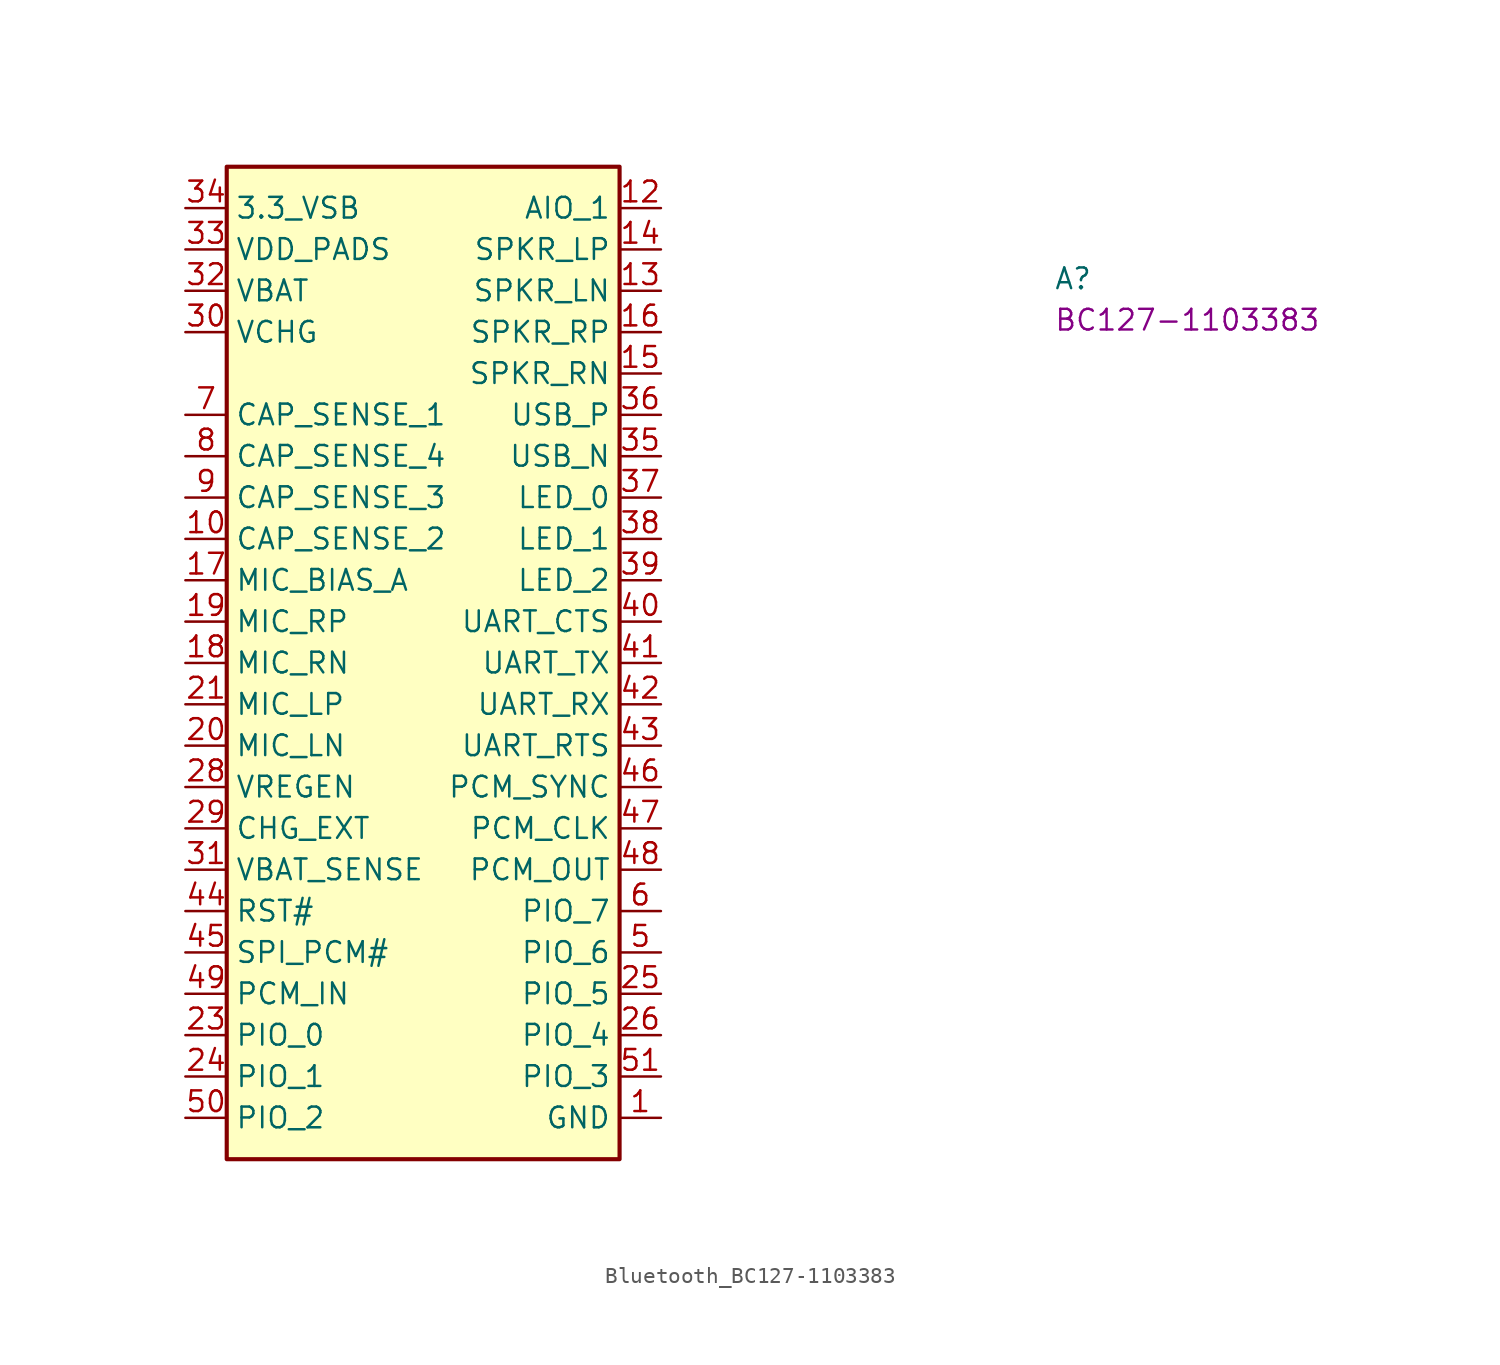
<source format=kicad_sym>
(kicad_symbol_lib
  (version 20220914)
  (generator kicad_symbol_editor)
  (symbol "Bluetooth_BC127-1103383"
    (property "Reference" "A"
      (at 53.34 -5.08 0)
      (effects (font (size 1.27 1.27) (thickness 0.15)) (justify left bottom)))
    (property "MPN" "BC127-1103383"
      (at 53.34 -7.62 0)
      (effects (font (size 1.27 1.27) (thickness 0.15)) (justify left bottom)))
    (symbol "Bluetooth_BC127-1103383_1_1"
      (rectangle (start 2.54 2.54) (end 26.67 -58.42) (stroke (width 0.254) (type default)) (fill (type background)))
      (pin power_in line (at 29.21 -55.88 180) (length 2.54) (name "GND" (effects (font (size 1.27 1.27)))) (number "1" (effects (font (size 1.27 1.27)))))
      (pin input line (at 0 -20.32 0) (length 2.54) (name "CAP_SENSE_2" (effects (font (size 1.27 1.27)))) (number "10" (effects (font (size 1.27 1.27)))))
      (pin passive line (at 29.21 -55.88 180) (length 2.54) hide (name "GND" (effects (font (size 1.27 1.27)))) (number "11" (effects (font (size 1.27 1.27)))))
      (pin bidirectional line (at 29.21 0 180) (length 2.54) (name "AIO_1" (effects (font (size 1.27 1.27)))) (number "12" (effects (font (size 1.27 1.27)))))
      (pin output line (at 29.21 -5.08 180) (length 2.54) (name "SPKR_LN" (effects (font (size 1.27 1.27)))) (number "13" (effects (font (size 1.27 1.27)))))
      (pin output line (at 29.21 -2.54 180) (length 2.54) (name "SPKR_LP" (effects (font (size 1.27 1.27)))) (number "14" (effects (font (size 1.27 1.27)))))
      (pin output line (at 29.21 -10.16 180) (length 2.54) (name "SPKR_RN" (effects (font (size 1.27 1.27)))) (number "15" (effects (font (size 1.27 1.27)))))
      (pin output line (at 29.21 -7.62 180) (length 2.54) (name "SPKR_RP" (effects (font (size 1.27 1.27)))) (number "16" (effects (font (size 1.27 1.27)))))
      (pin input line (at 0 -22.86 0) (length 2.54) (name "MIC_BIAS_A" (effects (font (size 1.27 1.27)))) (number "17" (effects (font (size 1.27 1.27)))))
      (pin input line (at 0 -27.94 0) (length 2.54) (name "MIC_RN" (effects (font (size 1.27 1.27)))) (number "18" (effects (font (size 1.27 1.27)))))
      (pin input line (at 0 -25.4 0) (length 2.54) (name "MIC_RP" (effects (font (size 1.27 1.27)))) (number "19" (effects (font (size 1.27 1.27)))))
      (pin passive line (at 29.21 -55.88 180) (length 2.54) hide (name "GND" (effects (font (size 1.27 1.27)))) (number "2" (effects (font (size 1.27 1.27)))))
      (pin input line (at 0 -33.02 0) (length 2.54) (name "MIC_LN" (effects (font (size 1.27 1.27)))) (number "20" (effects (font (size 1.27 1.27)))))
      (pin input line (at 0 -30.48 0) (length 2.54) (name "MIC_LP" (effects (font (size 1.27 1.27)))) (number "21" (effects (font (size 1.27 1.27)))))
      (pin passive line (at 29.21 -55.88 180) (length 2.54) hide (name "GND" (effects (font (size 1.27 1.27)))) (number "22" (effects (font (size 1.27 1.27)))))
      (pin bidirectional line (at 0 -50.8 0) (length 2.54) (name "PIO_0" (effects (font (size 1.27 1.27)))) (number "23" (effects (font (size 1.27 1.27)))))
      (pin bidirectional line (at 0 -53.34 0) (length 2.54) (name "PIO_1" (effects (font (size 1.27 1.27)))) (number "24" (effects (font (size 1.27 1.27)))))
      (pin bidirectional line (at 29.21 -48.26 180) (length 2.54) (name "PIO_5" (effects (font (size 1.27 1.27)))) (number "25" (effects (font (size 1.27 1.27)))))
      (pin bidirectional line (at 29.21 -50.8 180) (length 2.54) (name "PIO_4" (effects (font (size 1.27 1.27)))) (number "26" (effects (font (size 1.27 1.27)))))
      (pin passive line (at 29.21 -55.88 180) (length 2.54) hide (name "GND" (effects (font (size 1.27 1.27)))) (number "27" (effects (font (size 1.27 1.27)))))
      (pin input line (at 0 -35.56 0) (length 2.54) (name "VREGEN" (effects (font (size 1.27 1.27)))) (number "28" (effects (font (size 1.27 1.27)))))
      (pin input line (at 0 -38.1 0) (length 2.54) (name "CHG_EXT" (effects (font (size 1.27 1.27)))) (number "29" (effects (font (size 1.27 1.27)))))
      (pin passive line (at 29.21 -55.88 180) (length 2.54) hide (name "GND" (effects (font (size 1.27 1.27)))) (number "3" (effects (font (size 1.27 1.27)))))
      (pin power_in line (at 0 -7.62 0) (length 2.54) (name "VCHG" (effects (font (size 1.27 1.27)))) (number "30" (effects (font (size 1.27 1.27)))))
      (pin input line (at 0 -40.64 0) (length 2.54) (name "VBAT_SENSE" (effects (font (size 1.27 1.27)))) (number "31" (effects (font (size 1.27 1.27)))))
      (pin power_in line (at 0 -5.08 0) (length 2.54) (name "VBAT" (effects (font (size 1.27 1.27)))) (number "32" (effects (font (size 1.27 1.27)))))
      (pin power_in line (at 0 -2.54 0) (length 2.54) (name "VDD_PADS" (effects (font (size 1.27 1.27)))) (number "33" (effects (font (size 1.27 1.27)))))
      (pin power_in line (at 0 0 0) (length 2.54) (name "3.3_VSB" (effects (font (size 1.27 1.27)))) (number "34" (effects (font (size 1.27 1.27)))))
      (pin bidirectional line (at 29.21 -15.24 180) (length 2.54) (name "USB_N" (effects (font (size 1.27 1.27)))) (number "35" (effects (font (size 1.27 1.27)))))
      (pin bidirectional line (at 29.21 -12.7 180) (length 2.54) (name "USB_P" (effects (font (size 1.27 1.27)))) (number "36" (effects (font (size 1.27 1.27)))))
      (pin output line (at 29.21 -17.78 180) (length 2.54) (name "LED_0" (effects (font (size 1.27 1.27)))) (number "37" (effects (font (size 1.27 1.27)))))
      (pin output line (at 29.21 -20.32 180) (length 2.54) (name "LED_1" (effects (font (size 1.27 1.27)))) (number "38" (effects (font (size 1.27 1.27)))))
      (pin output line (at 29.21 -22.86 180) (length 2.54) (name "LED_2" (effects (font (size 1.27 1.27)))) (number "39" (effects (font (size 1.27 1.27)))))
      (pin passive line (at 29.21 -55.88 180) (length 2.54) hide (name "GND" (effects (font (size 1.27 1.27)))) (number "4" (effects (font (size 1.27 1.27)))))
      (pin bidirectional line (at 29.21 -25.4 180) (length 2.54) (name "UART_CTS" (effects (font (size 1.27 1.27)))) (number "40" (effects (font (size 1.27 1.27)))))
      (pin bidirectional line (at 29.21 -27.94 180) (length 2.54) (name "UART_TX" (effects (font (size 1.27 1.27)))) (number "41" (effects (font (size 1.27 1.27)))))
      (pin bidirectional line (at 29.21 -30.48 180) (length 2.54) (name "UART_RX" (effects (font (size 1.27 1.27)))) (number "42" (effects (font (size 1.27 1.27)))))
      (pin bidirectional line (at 29.21 -33.02 180) (length 2.54) (name "UART_RTS" (effects (font (size 1.27 1.27)))) (number "43" (effects (font (size 1.27 1.27)))))
      (pin input line (at 0 -43.18 0) (length 2.54) (name "RST#" (effects (font (size 1.27 1.27)))) (number "44" (effects (font (size 1.27 1.27)))))
      (pin input line (at 0 -45.72 0) (length 2.54) (name "SPI_PCM#" (effects (font (size 1.27 1.27)))) (number "45" (effects (font (size 1.27 1.27)))))
      (pin bidirectional line (at 29.21 -35.56 180) (length 2.54) (name "PCM_SYNC" (effects (font (size 1.27 1.27)))) (number "46" (effects (font (size 1.27 1.27)))))
      (pin bidirectional line (at 29.21 -38.1 180) (length 2.54) (name "PCM_CLK" (effects (font (size 1.27 1.27)))) (number "47" (effects (font (size 1.27 1.27)))))
      (pin output line (at 29.21 -40.64 180) (length 2.54) (name "PCM_OUT" (effects (font (size 1.27 1.27)))) (number "48" (effects (font (size 1.27 1.27)))))
      (pin input line (at 0 -48.26 0) (length 2.54) (name "PCM_IN" (effects (font (size 1.27 1.27)))) (number "49" (effects (font (size 1.27 1.27)))))
      (pin bidirectional line (at 29.21 -45.72 180) (length 2.54) (name "PIO_6" (effects (font (size 1.27 1.27)))) (number "5" (effects (font (size 1.27 1.27)))))
      (pin bidirectional line (at 0 -55.88 0) (length 2.54) (name "PIO_2" (effects (font (size 1.27 1.27)))) (number "50" (effects (font (size 1.27 1.27)))))
      (pin bidirectional line (at 29.21 -53.34 180) (length 2.54) (name "PIO_3" (effects (font (size 1.27 1.27)))) (number "51" (effects (font (size 1.27 1.27)))))
      (pin bidirectional line (at 29.21 -43.18 180) (length 2.54) (name "PIO_7" (effects (font (size 1.27 1.27)))) (number "6" (effects (font (size 1.27 1.27)))))
      (pin input line (at 0 -12.7 0) (length 2.54) (name "CAP_SENSE_1" (effects (font (size 1.27 1.27)))) (number "7" (effects (font (size 1.27 1.27)))))
      (pin input line (at 0 -15.24 0) (length 2.54) (name "CAP_SENSE_4" (effects (font (size 1.27 1.27)))) (number "8" (effects (font (size 1.27 1.27)))))
      (pin input line (at 0 -17.78 0) (length 2.54) (name "CAP_SENSE_3" (effects (font (size 1.27 1.27)))) (number "9" (effects (font (size 1.27 1.27))))))))
</source>
